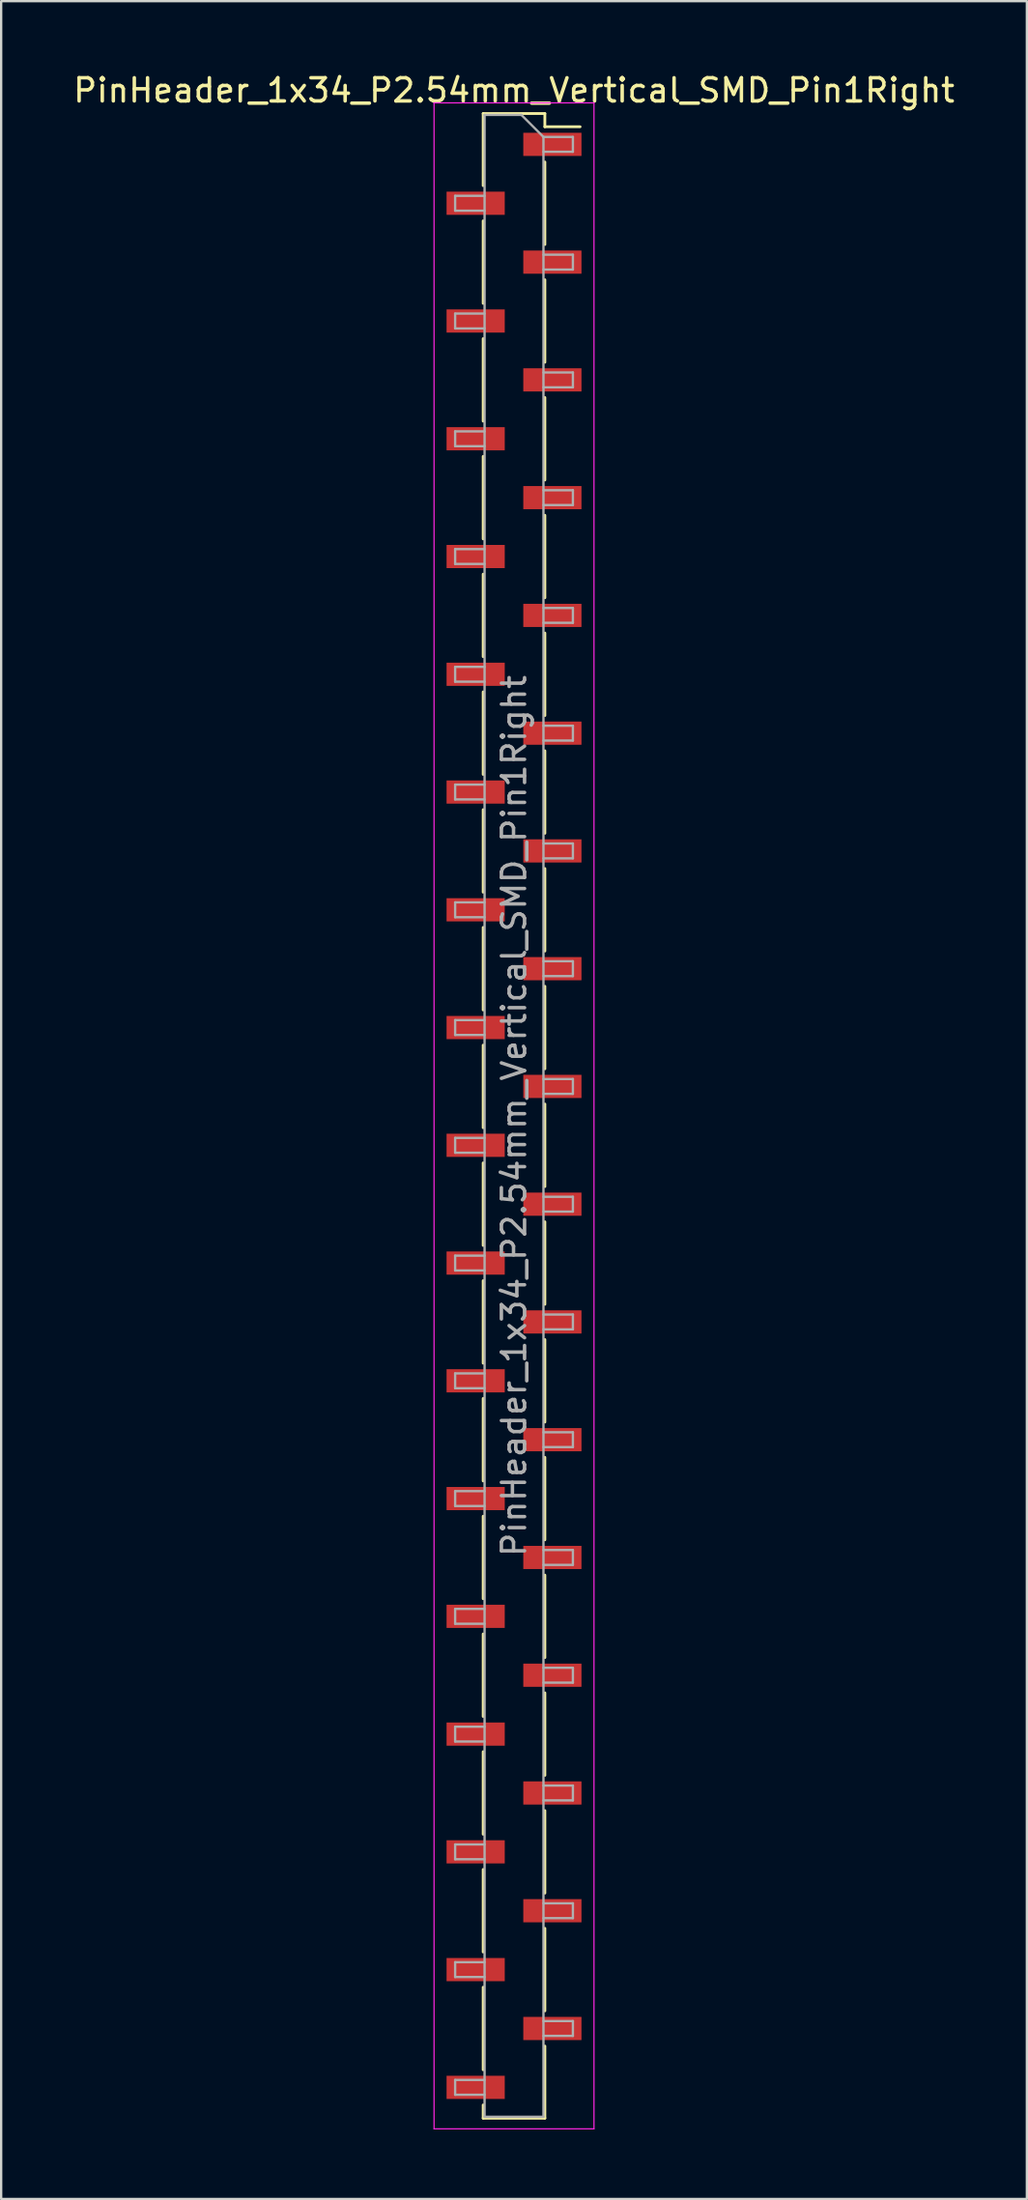
<source format=kicad_pcb>
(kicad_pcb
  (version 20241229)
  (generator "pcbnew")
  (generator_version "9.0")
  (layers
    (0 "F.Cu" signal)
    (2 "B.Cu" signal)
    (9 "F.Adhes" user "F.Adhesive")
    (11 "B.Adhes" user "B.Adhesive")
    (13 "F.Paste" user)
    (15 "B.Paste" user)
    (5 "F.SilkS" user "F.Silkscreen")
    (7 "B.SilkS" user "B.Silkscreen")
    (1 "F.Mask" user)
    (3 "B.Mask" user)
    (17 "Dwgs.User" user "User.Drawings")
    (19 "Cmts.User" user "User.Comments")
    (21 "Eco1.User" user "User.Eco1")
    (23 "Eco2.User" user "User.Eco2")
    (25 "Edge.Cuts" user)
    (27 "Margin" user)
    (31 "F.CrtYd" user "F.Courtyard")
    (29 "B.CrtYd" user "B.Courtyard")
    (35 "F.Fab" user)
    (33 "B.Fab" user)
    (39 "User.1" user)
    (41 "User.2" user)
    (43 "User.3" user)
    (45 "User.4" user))
  (footprint "PinHeader_1x34_P2.54mm_Vertical_SMD_Pin1Right"
    (layer "F.Cu")
    (at 19.125 45.088)
    (property "Reference" "PinHeader_1x34_P2.54mm_Vertical_SMD_Pin1Right" (at 0 -44.24 0) (layer "F.SilkS") (effects (font (size 1 1) (thickness 0.15))))
    (attr smd)
    (fp_line (start -1.33 -43.24) (end -1.33 -40.13) (stroke (width 0.12) (type solid)) (layer "F.SilkS"))
    (fp_line (start -1.33 -43.24) (end 1.33 -43.24) (stroke (width 0.12) (type solid)) (layer "F.SilkS"))
    (fp_line (start -1.33 -38.61) (end -1.33 -35.05) (stroke (width 0.12) (type solid)) (layer "F.SilkS"))
    (fp_line (start -1.33 -33.53) (end -1.33 -29.97) (stroke (width 0.12) (type solid)) (layer "F.SilkS"))
    (fp_line (start -1.33 -28.45) (end -1.33 -24.89) (stroke (width 0.12) (type solid)) (layer "F.SilkS"))
    (fp_line (start -1.33 -23.37) (end -1.33 -19.81) (stroke (width 0.12) (type solid)) (layer "F.SilkS"))
    (fp_line (start -1.33 -18.29) (end -1.33 -14.73) (stroke (width 0.12) (type solid)) (layer "F.SilkS"))
    (fp_line (start -1.33 -13.21) (end -1.33 -9.65) (stroke (width 0.12) (type solid)) (layer "F.SilkS"))
    (fp_line (start -1.33 -8.13) (end -1.33 -4.57) (stroke (width 0.12) (type solid)) (layer "F.SilkS"))
    (fp_line (start -1.33 -3.05) (end -1.33 0.51) (stroke (width 0.12) (type solid)) (layer "F.SilkS"))
    (fp_line (start -1.33 2.03) (end -1.33 5.59) (stroke (width 0.12) (type solid)) (layer "F.SilkS"))
    (fp_line (start -1.33 7.11) (end -1.33 10.67) (stroke (width 0.12) (type solid)) (layer "F.SilkS"))
    (fp_line (start -1.33 12.19) (end -1.33 15.75) (stroke (width 0.12) (type solid)) (layer "F.SilkS"))
    (fp_line (start -1.33 17.27) (end -1.33 20.83) (stroke (width 0.12) (type solid)) (layer "F.SilkS"))
    (fp_line (start -1.33 22.35) (end -1.33 25.91) (stroke (width 0.12) (type solid)) (layer "F.SilkS"))
    (fp_line (start -1.33 27.43) (end -1.33 30.99) (stroke (width 0.12) (type solid)) (layer "F.SilkS"))
    (fp_line (start -1.33 32.51) (end -1.33 36.07) (stroke (width 0.12) (type solid)) (layer "F.SilkS"))
    (fp_line (start -1.33 37.59) (end -1.33 41.15) (stroke (width 0.12) (type solid)) (layer "F.SilkS"))
    (fp_line (start -1.33 42.67) (end -1.33 43.24) (stroke (width 0.12) (type solid)) (layer "F.SilkS"))
    (fp_line (start -1.33 43.24) (end 1.33 43.24) (stroke (width 0.12) (type solid)) (layer "F.SilkS"))
    (fp_line (start 1.33 -43.24) (end 1.33 -42.67) (stroke (width 0.12) (type solid)) (layer "F.SilkS"))
    (fp_line (start 1.33 -42.67) (end 2.85 -42.67) (stroke (width 0.12) (type solid)) (layer "F.SilkS"))
    (fp_line (start 1.33 -41.15) (end 1.33 -37.59) (stroke (width 0.12) (type solid)) (layer "F.SilkS"))
    (fp_line (start 1.33 -36.07) (end 1.33 -32.51) (stroke (width 0.12) (type solid)) (layer "F.SilkS"))
    (fp_line (start 1.33 -30.99) (end 1.33 -27.43) (stroke (width 0.12) (type solid)) (layer "F.SilkS"))
    (fp_line (start 1.33 -25.91) (end 1.33 -22.35) (stroke (width 0.12) (type solid)) (layer "F.SilkS"))
    (fp_line (start 1.33 -20.83) (end 1.33 -17.27) (stroke (width 0.12) (type solid)) (layer "F.SilkS"))
    (fp_line (start 1.33 -15.75) (end 1.33 -12.19) (stroke (width 0.12) (type solid)) (layer "F.SilkS"))
    (fp_line (start 1.33 -10.67) (end 1.33 -7.11) (stroke (width 0.12) (type solid)) (layer "F.SilkS"))
    (fp_line (start 1.33 -5.59) (end 1.33 -2.03) (stroke (width 0.12) (type solid)) (layer "F.SilkS"))
    (fp_line (start 1.33 -0.51) (end 1.33 3.05) (stroke (width 0.12) (type solid)) (layer "F.SilkS"))
    (fp_line (start 1.33 4.57) (end 1.33 8.13) (stroke (width 0.12) (type solid)) (layer "F.SilkS"))
    (fp_line (start 1.33 9.65) (end 1.33 13.21) (stroke (width 0.12) (type solid)) (layer "F.SilkS"))
    (fp_line (start 1.33 14.73) (end 1.33 18.29) (stroke (width 0.12) (type solid)) (layer "F.SilkS"))
    (fp_line (start 1.33 19.81) (end 1.33 23.37) (stroke (width 0.12) (type solid)) (layer "F.SilkS"))
    (fp_line (start 1.33 24.89) (end 1.33 28.45) (stroke (width 0.12) (type solid)) (layer "F.SilkS"))
    (fp_line (start 1.33 29.97) (end 1.33 33.53) (stroke (width 0.12) (type solid)) (layer "F.SilkS"))
    (fp_line (start 1.33 35.05) (end 1.33 38.61) (stroke (width 0.12) (type solid)) (layer "F.SilkS"))
    (fp_line (start 1.33 40.13) (end 1.33 43.24) (stroke (width 0.12) (type solid)) (layer "F.SilkS"))
    (fp_line (start -3.45 -43.7) (end -3.45 43.7) (stroke (width 0.05) (type solid)) (layer "F.CrtYd"))
    (fp_line (start -3.45 43.7) (end 3.45 43.7) (stroke (width 0.05) (type solid)) (layer "F.CrtYd"))
    (fp_line (start 3.45 -43.7) (end -3.45 -43.7) (stroke (width 0.05) (type solid)) (layer "F.CrtYd"))
    (fp_line (start 3.45 43.7) (end 3.45 -43.7) (stroke (width 0.05) (type solid)) (layer "F.CrtYd"))
    (fp_line (start -2.54 -39.69) (end -2.54 -39.05) (stroke (width 0.1) (type solid)) (layer "F.Fab"))
    (fp_line (start -2.54 -39.05) (end -1.27 -39.05) (stroke (width 0.1) (type solid)) (layer "F.Fab"))
    (fp_line (start -2.54 -34.61) (end -2.54 -33.97) (stroke (width 0.1) (type solid)) (layer "F.Fab"))
    (fp_line (start -2.54 -33.97) (end -1.27 -33.97) (stroke (width 0.1) (type solid)) (layer "F.Fab"))
    (fp_line (start -2.54 -29.53) (end -2.54 -28.89) (stroke (width 0.1) (type solid)) (layer "F.Fab"))
    (fp_line (start -2.54 -28.89) (end -1.27 -28.89) (stroke (width 0.1) (type solid)) (layer "F.Fab"))
    (fp_line (start -2.54 -24.45) (end -2.54 -23.81) (stroke (width 0.1) (type solid)) (layer "F.Fab"))
    (fp_line (start -2.54 -23.81) (end -1.27 -23.81) (stroke (width 0.1) (type solid)) (layer "F.Fab"))
    (fp_line (start -2.54 -19.37) (end -2.54 -18.73) (stroke (width 0.1) (type solid)) (layer "F.Fab"))
    (fp_line (start -2.54 -18.73) (end -1.27 -18.73) (stroke (width 0.1) (type solid)) (layer "F.Fab"))
    (fp_line (start -2.54 -14.29) (end -2.54 -13.65) (stroke (width 0.1) (type solid)) (layer "F.Fab"))
    (fp_line (start -2.54 -13.65) (end -1.27 -13.65) (stroke (width 0.1) (type solid)) (layer "F.Fab"))
    (fp_line (start -2.54 -9.21) (end -2.54 -8.57) (stroke (width 0.1) (type solid)) (layer "F.Fab"))
    (fp_line (start -2.54 -8.57) (end -1.27 -8.57) (stroke (width 0.1) (type solid)) (layer "F.Fab"))
    (fp_line (start -2.54 -4.13) (end -2.54 -3.49) (stroke (width 0.1) (type solid)) (layer "F.Fab"))
    (fp_line (start -2.54 -3.49) (end -1.27 -3.49) (stroke (width 0.1) (type solid)) (layer "F.Fab"))
    (fp_line (start -2.54 0.95) (end -2.54 1.59) (stroke (width 0.1) (type solid)) (layer "F.Fab"))
    (fp_line (start -2.54 1.59) (end -1.27 1.59) (stroke (width 0.1) (type solid)) (layer "F.Fab"))
    (fp_line (start -2.54 6.03) (end -2.54 6.67) (stroke (width 0.1) (type solid)) (layer "F.Fab"))
    (fp_line (start -2.54 6.67) (end -1.27 6.67) (stroke (width 0.1) (type solid)) (layer "F.Fab"))
    (fp_line (start -2.54 11.11) (end -2.54 11.75) (stroke (width 0.1) (type solid)) (layer "F.Fab"))
    (fp_line (start -2.54 11.75) (end -1.27 11.75) (stroke (width 0.1) (type solid)) (layer "F.Fab"))
    (fp_line (start -2.54 16.19) (end -2.54 16.83) (stroke (width 0.1) (type solid)) (layer "F.Fab"))
    (fp_line (start -2.54 16.83) (end -1.27 16.83) (stroke (width 0.1) (type solid)) (layer "F.Fab"))
    (fp_line (start -2.54 21.27) (end -2.54 21.91) (stroke (width 0.1) (type solid)) (layer "F.Fab"))
    (fp_line (start -2.54 21.91) (end -1.27 21.91) (stroke (width 0.1) (type solid)) (layer "F.Fab"))
    (fp_line (start -2.54 26.35) (end -2.54 26.99) (stroke (width 0.1) (type solid)) (layer "F.Fab"))
    (fp_line (start -2.54 26.99) (end -1.27 26.99) (stroke (width 0.1) (type solid)) (layer "F.Fab"))
    (fp_line (start -2.54 31.43) (end -2.54 32.07) (stroke (width 0.1) (type solid)) (layer "F.Fab"))
    (fp_line (start -2.54 32.07) (end -1.27 32.07) (stroke (width 0.1) (type solid)) (layer "F.Fab"))
    (fp_line (start -2.54 36.51) (end -2.54 37.15) (stroke (width 0.1) (type solid)) (layer "F.Fab"))
    (fp_line (start -2.54 37.15) (end -1.27 37.15) (stroke (width 0.1) (type solid)) (layer "F.Fab"))
    (fp_line (start -2.54 41.59) (end -2.54 42.23) (stroke (width 0.1) (type solid)) (layer "F.Fab"))
    (fp_line (start -2.54 42.23) (end -1.27 42.23) (stroke (width 0.1) (type solid)) (layer "F.Fab"))
    (fp_line (start -1.27 -43.18) (end -1.27 43.18) (stroke (width 0.1) (type solid)) (layer "F.Fab"))
    (fp_line (start -1.27 -43.18) (end 0.32 -43.18) (stroke (width 0.1) (type solid)) (layer "F.Fab"))
    (fp_line (start -1.27 -39.69) (end -2.54 -39.69) (stroke (width 0.1) (type solid)) (layer "F.Fab"))
    (fp_line (start -1.27 -34.61) (end -2.54 -34.61) (stroke (width 0.1) (type solid)) (layer "F.Fab"))
    (fp_line (start -1.27 -29.53) (end -2.54 -29.53) (stroke (width 0.1) (type solid)) (layer "F.Fab"))
    (fp_line (start -1.27 -24.45) (end -2.54 -24.45) (stroke (width 0.1) (type solid)) (layer "F.Fab"))
    (fp_line (start -1.27 -19.37) (end -2.54 -19.37) (stroke (width 0.1) (type solid)) (layer "F.Fab"))
    (fp_line (start -1.27 -14.29) (end -2.54 -14.29) (stroke (width 0.1) (type solid)) (layer "F.Fab"))
    (fp_line (start -1.27 -9.21) (end -2.54 -9.21) (stroke (width 0.1) (type solid)) (layer "F.Fab"))
    (fp_line (start -1.27 -4.13) (end -2.54 -4.13) (stroke (width 0.1) (type solid)) (layer "F.Fab"))
    (fp_line (start -1.27 0.95) (end -2.54 0.95) (stroke (width 0.1) (type solid)) (layer "F.Fab"))
    (fp_line (start -1.27 6.03) (end -2.54 6.03) (stroke (width 0.1) (type solid)) (layer "F.Fab"))
    (fp_line (start -1.27 11.11) (end -2.54 11.11) (stroke (width 0.1) (type solid)) (layer "F.Fab"))
    (fp_line (start -1.27 16.19) (end -2.54 16.19) (stroke (width 0.1) (type solid)) (layer "F.Fab"))
    (fp_line (start -1.27 21.27) (end -2.54 21.27) (stroke (width 0.1) (type solid)) (layer "F.Fab"))
    (fp_line (start -1.27 26.35) (end -2.54 26.35) (stroke (width 0.1) (type solid)) (layer "F.Fab"))
    (fp_line (start -1.27 31.43) (end -2.54 31.43) (stroke (width 0.1) (type solid)) (layer "F.Fab"))
    (fp_line (start -1.27 36.51) (end -2.54 36.51) (stroke (width 0.1) (type solid)) (layer "F.Fab"))
    (fp_line (start -1.27 41.59) (end -2.54 41.59) (stroke (width 0.1) (type solid)) (layer "F.Fab"))
    (fp_line (start 1.27 -42.23) (end 0.32 -43.18) (stroke (width 0.1) (type solid)) (layer "F.Fab"))
    (fp_line (start 1.27 -42.23) (end 2.54 -42.23) (stroke (width 0.1) (type solid)) (layer "F.Fab"))
    (fp_line (start 1.27 -37.15) (end 2.54 -37.15) (stroke (width 0.1) (type solid)) (layer "F.Fab"))
    (fp_line (start 1.27 -32.07) (end 2.54 -32.07) (stroke (width 0.1) (type solid)) (layer "F.Fab"))
    (fp_line (start 1.27 -26.99) (end 2.54 -26.99) (stroke (width 0.1) (type solid)) (layer "F.Fab"))
    (fp_line (start 1.27 -21.91) (end 2.54 -21.91) (stroke (width 0.1) (type solid)) (layer "F.Fab"))
    (fp_line (start 1.27 -16.83) (end 2.54 -16.83) (stroke (width 0.1) (type solid)) (layer "F.Fab"))
    (fp_line (start 1.27 -11.75) (end 2.54 -11.75) (stroke (width 0.1) (type solid)) (layer "F.Fab"))
    (fp_line (start 1.27 -6.67) (end 2.54 -6.67) (stroke (width 0.1) (type solid)) (layer "F.Fab"))
    (fp_line (start 1.27 -1.59) (end 2.54 -1.59) (stroke (width 0.1) (type solid)) (layer "F.Fab"))
    (fp_line (start 1.27 3.49) (end 2.54 3.49) (stroke (width 0.1) (type solid)) (layer "F.Fab"))
    (fp_line (start 1.27 8.57) (end 2.54 8.57) (stroke (width 0.1) (type solid)) (layer "F.Fab"))
    (fp_line (start 1.27 13.65) (end 2.54 13.65) (stroke (width 0.1) (type solid)) (layer "F.Fab"))
    (fp_line (start 1.27 18.73) (end 2.54 18.73) (stroke (width 0.1) (type solid)) (layer "F.Fab"))
    (fp_line (start 1.27 23.81) (end 2.54 23.81) (stroke (width 0.1) (type solid)) (layer "F.Fab"))
    (fp_line (start 1.27 28.89) (end 2.54 28.89) (stroke (width 0.1) (type solid)) (layer "F.Fab"))
    (fp_line (start 1.27 33.97) (end 2.54 33.97) (stroke (width 0.1) (type solid)) (layer "F.Fab"))
    (fp_line (start 1.27 39.05) (end 2.54 39.05) (stroke (width 0.1) (type solid)) (layer "F.Fab"))
    (fp_line (start 1.27 43.18) (end -1.27 43.18) (stroke (width 0.1) (type solid)) (layer "F.Fab"))
    (fp_line (start 1.27 43.18) (end 1.27 -42.23) (stroke (width 0.1) (type solid)) (layer "F.Fab"))
    (fp_line (start 2.54 -42.23) (end 2.54 -41.59) (stroke (width 0.1) (type solid)) (layer "F.Fab"))
    (fp_line (start 2.54 -41.59) (end 1.27 -41.59) (stroke (width 0.1) (type solid)) (layer "F.Fab"))
    (fp_line (start 2.54 -37.15) (end 2.54 -36.51) (stroke (width 0.1) (type solid)) (layer "F.Fab"))
    (fp_line (start 2.54 -36.51) (end 1.27 -36.51) (stroke (width 0.1) (type solid)) (layer "F.Fab"))
    (fp_line (start 2.54 -32.07) (end 2.54 -31.43) (stroke (width 0.1) (type solid)) (layer "F.Fab"))
    (fp_line (start 2.54 -31.43) (end 1.27 -31.43) (stroke (width 0.1) (type solid)) (layer "F.Fab"))
    (fp_line (start 2.54 -26.99) (end 2.54 -26.35) (stroke (width 0.1) (type solid)) (layer "F.Fab"))
    (fp_line (start 2.54 -26.35) (end 1.27 -26.35) (stroke (width 0.1) (type solid)) (layer "F.Fab"))
    (fp_line (start 2.54 -21.91) (end 2.54 -21.27) (stroke (width 0.1) (type solid)) (layer "F.Fab"))
    (fp_line (start 2.54 -21.27) (end 1.27 -21.27) (stroke (width 0.1) (type solid)) (layer "F.Fab"))
    (fp_line (start 2.54 -16.83) (end 2.54 -16.19) (stroke (width 0.1) (type solid)) (layer "F.Fab"))
    (fp_line (start 2.54 -16.19) (end 1.27 -16.19) (stroke (width 0.1) (type solid)) (layer "F.Fab"))
    (fp_line (start 2.54 -11.75) (end 2.54 -11.11) (stroke (width 0.1) (type solid)) (layer "F.Fab"))
    (fp_line (start 2.54 -11.11) (end 1.27 -11.11) (stroke (width 0.1) (type solid)) (layer "F.Fab"))
    (fp_line (start 2.54 -6.67) (end 2.54 -6.03) (stroke (width 0.1) (type solid)) (layer "F.Fab"))
    (fp_line (start 2.54 -6.03) (end 1.27 -6.03) (stroke (width 0.1) (type solid)) (layer "F.Fab"))
    (fp_line (start 2.54 -1.59) (end 2.54 -0.95) (stroke (width 0.1) (type solid)) (layer "F.Fab"))
    (fp_line (start 2.54 -0.95) (end 1.27 -0.95) (stroke (width 0.1) (type solid)) (layer "F.Fab"))
    (fp_line (start 2.54 3.49) (end 2.54 4.13) (stroke (width 0.1) (type solid)) (layer "F.Fab"))
    (fp_line (start 2.54 4.13) (end 1.27 4.13) (stroke (width 0.1) (type solid)) (layer "F.Fab"))
    (fp_line (start 2.54 8.57) (end 2.54 9.21) (stroke (width 0.1) (type solid)) (layer "F.Fab"))
    (fp_line (start 2.54 9.21) (end 1.27 9.21) (stroke (width 0.1) (type solid)) (layer "F.Fab"))
    (fp_line (start 2.54 13.65) (end 2.54 14.29) (stroke (width 0.1) (type solid)) (layer "F.Fab"))
    (fp_line (start 2.54 14.29) (end 1.27 14.29) (stroke (width 0.1) (type solid)) (layer "F.Fab"))
    (fp_line (start 2.54 18.73) (end 2.54 19.37) (stroke (width 0.1) (type solid)) (layer "F.Fab"))
    (fp_line (start 2.54 19.37) (end 1.27 19.37) (stroke (width 0.1) (type solid)) (layer "F.Fab"))
    (fp_line (start 2.54 23.81) (end 2.54 24.45) (stroke (width 0.1) (type solid)) (layer "F.Fab"))
    (fp_line (start 2.54 24.45) (end 1.27 24.45) (stroke (width 0.1) (type solid)) (layer "F.Fab"))
    (fp_line (start 2.54 28.89) (end 2.54 29.53) (stroke (width 0.1) (type solid)) (layer "F.Fab"))
    (fp_line (start 2.54 29.53) (end 1.27 29.53) (stroke (width 0.1) (type solid)) (layer "F.Fab"))
    (fp_line (start 2.54 33.97) (end 2.54 34.61) (stroke (width 0.1) (type solid)) (layer "F.Fab"))
    (fp_line (start 2.54 34.61) (end 1.27 34.61) (stroke (width 0.1) (type solid)) (layer "F.Fab"))
    (fp_line (start 2.54 39.05) (end 2.54 39.69) (stroke (width 0.1) (type solid)) (layer "F.Fab"))
    (fp_line (start 2.54 39.69) (end 1.27 39.69) (stroke (width 0.1) (type solid)) (layer "F.Fab"))
    (fp_text user "${REFERENCE}" (at 0 0 90) (layer "F.Fab") (effects (font (size 1 1) (thickness 0.15))))
    (pad "1" smd rect (at 1.655 -41.91) (size 2.51 1) (layers "F.Cu" "F.Mask" "F.Paste"))
    (pad "2" smd rect (at -1.655 -39.37) (size 2.51 1) (layers "F.Cu" "F.Mask" "F.Paste"))
    (pad "3" smd rect (at 1.655 -36.83) (size 2.51 1) (layers "F.Cu" "F.Mask" "F.Paste"))
    (pad "4" smd rect (at -1.655 -34.29) (size 2.51 1) (layers "F.Cu" "F.Mask" "F.Paste"))
    (pad "5" smd rect (at 1.655 -31.75) (size 2.51 1) (layers "F.Cu" "F.Mask" "F.Paste"))
    (pad "6" smd rect (at -1.655 -29.21) (size 2.51 1) (layers "F.Cu" "F.Mask" "F.Paste"))
    (pad "7" smd rect (at 1.655 -26.67) (size 2.51 1) (layers "F.Cu" "F.Mask" "F.Paste"))
    (pad "8" smd rect (at -1.655 -24.13) (size 2.51 1) (layers "F.Cu" "F.Mask" "F.Paste"))
    (pad "9" smd rect (at 1.655 -21.59) (size 2.51 1) (layers "F.Cu" "F.Mask" "F.Paste"))
    (pad "10" smd rect (at -1.655 -19.05) (size 2.51 1) (layers "F.Cu" "F.Mask" "F.Paste"))
    (pad "11" smd rect (at 1.655 -16.51) (size 2.51 1) (layers "F.Cu" "F.Mask" "F.Paste"))
    (pad "12" smd rect (at -1.655 -13.97) (size 2.51 1) (layers "F.Cu" "F.Mask" "F.Paste"))
    (pad "13" smd rect (at 1.655 -11.43) (size 2.51 1) (layers "F.Cu" "F.Mask" "F.Paste"))
    (pad "14" smd rect (at -1.655 -8.89) (size 2.51 1) (layers "F.Cu" "F.Mask" "F.Paste"))
    (pad "15" smd rect (at 1.655 -6.35) (size 2.51 1) (layers "F.Cu" "F.Mask" "F.Paste"))
    (pad "16" smd rect (at -1.655 -3.81) (size 2.51 1) (layers "F.Cu" "F.Mask" "F.Paste"))
    (pad "17" smd rect (at 1.655 -1.27) (size 2.51 1) (layers "F.Cu" "F.Mask" "F.Paste"))
    (pad "18" smd rect (at -1.655 1.27) (size 2.51 1) (layers "F.Cu" "F.Mask" "F.Paste"))
    (pad "19" smd rect (at 1.655 3.81) (size 2.51 1) (layers "F.Cu" "F.Mask" "F.Paste"))
    (pad "20" smd rect (at -1.655 6.35) (size 2.51 1) (layers "F.Cu" "F.Mask" "F.Paste"))
    (pad "21" smd rect (at 1.655 8.89) (size 2.51 1) (layers "F.Cu" "F.Mask" "F.Paste"))
    (pad "22" smd rect (at -1.655 11.43) (size 2.51 1) (layers "F.Cu" "F.Mask" "F.Paste"))
    (pad "23" smd rect (at 1.655 13.97) (size 2.51 1) (layers "F.Cu" "F.Mask" "F.Paste"))
    (pad "24" smd rect (at -1.655 16.51) (size 2.51 1) (layers "F.Cu" "F.Mask" "F.Paste"))
    (pad "25" smd rect (at 1.655 19.05) (size 2.51 1) (layers "F.Cu" "F.Mask" "F.Paste"))
    (pad "26" smd rect (at -1.655 21.59) (size 2.51 1) (layers "F.Cu" "F.Mask" "F.Paste"))
    (pad "27" smd rect (at 1.655 24.13) (size 2.51 1) (layers "F.Cu" "F.Mask" "F.Paste"))
    (pad "28" smd rect (at -1.655 26.67) (size 2.51 1) (layers "F.Cu" "F.Mask" "F.Paste"))
    (pad "29" smd rect (at 1.655 29.21) (size 2.51 1) (layers "F.Cu" "F.Mask" "F.Paste"))
    (pad "30" smd rect (at -1.655 31.75) (size 2.51 1) (layers "F.Cu" "F.Mask" "F.Paste"))
    (pad "31" smd rect (at 1.655 34.29) (size 2.51 1) (layers "F.Cu" "F.Mask" "F.Paste"))
    (pad "32" smd rect (at -1.655 36.83) (size 2.51 1) (layers "F.Cu" "F.Mask" "F.Paste"))
    (pad "33" smd rect (at 1.655 39.37) (size 2.51 1) (layers "F.Cu" "F.Mask" "F.Paste"))
    (pad "34" smd rect (at -1.655 41.91) (size 2.51 1) (layers "F.Cu" "F.Mask" "F.Paste")))
  (gr_rect
    (start -3 -3)
    (end 41.25 91.813)
    (stroke (width 0.1) (type default))
    (fill no)
    (layer "Edge.Cuts")))
</source>
